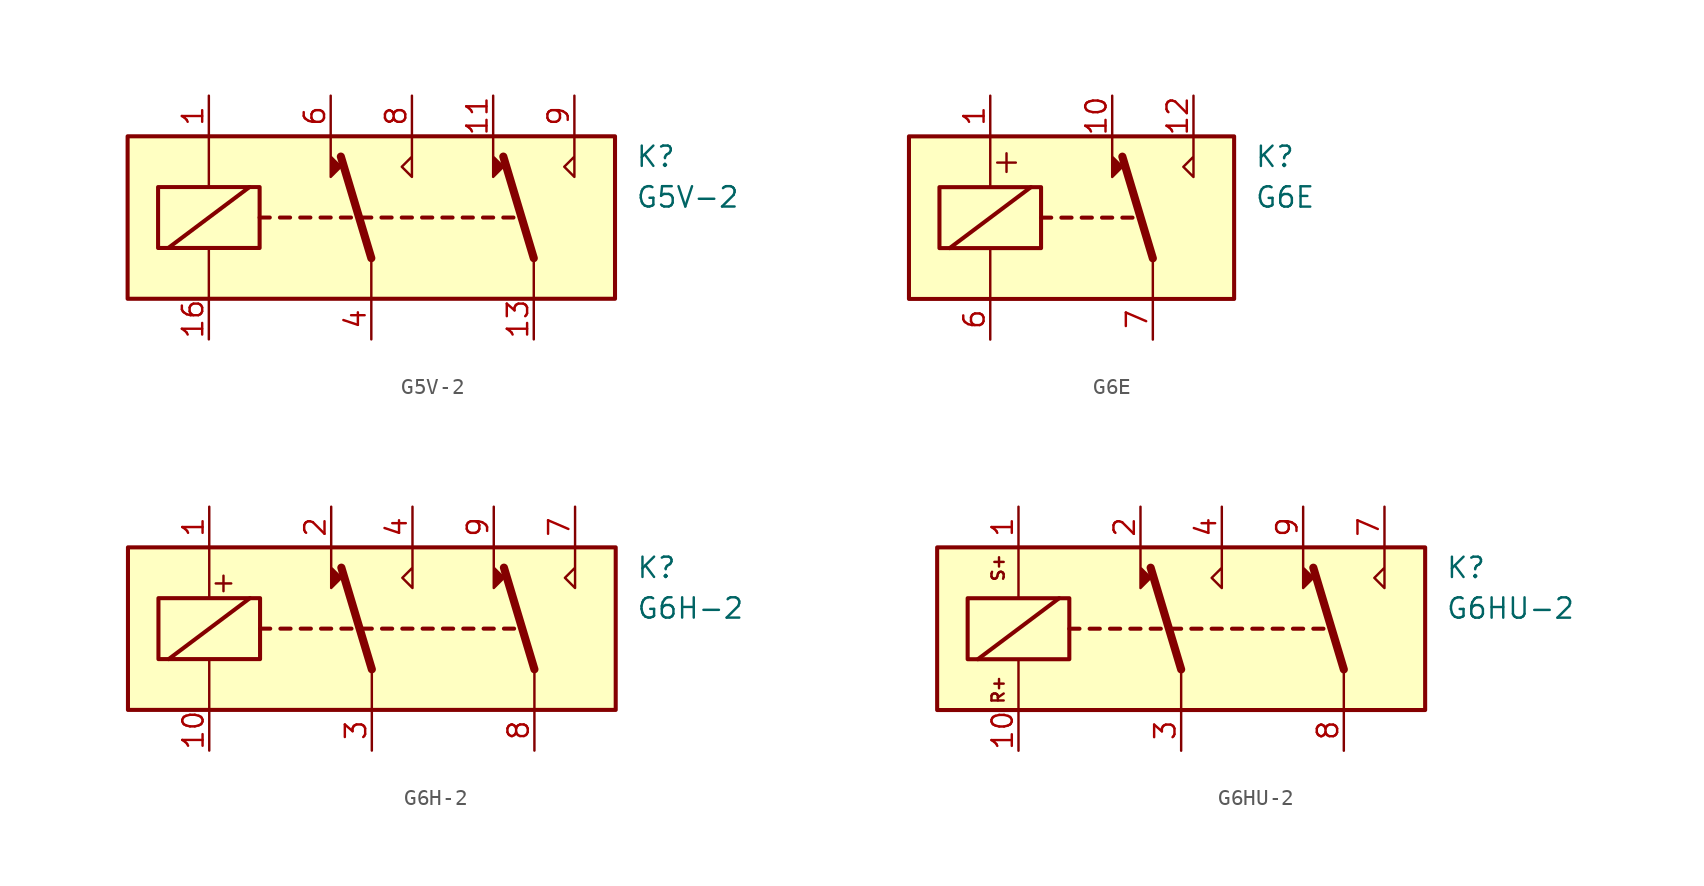
<source format=kicad_sym>
(kicad_symbol_lib
  (version 20231120)
  (generator "kicad_symbol_editor")
  (generator_version "8.0")
  (symbol "G5V-2"
    (property "Reference" "K"
      (at 16.51 3.81 0)
      (effects (font (size 1.27 1.27)) (justify left)))
    (property "Value" "G5V-2"
      (at 16.51 1.27 0)
      (effects (font (size 1.27 1.27)) (justify left)))
    (symbol "G5V-2_0_1"
      (rectangle (start -15.24 5.08) (end 15.24 -5.08) (stroke (width 0.254) (type default)) (fill (type background)))
      (rectangle (start -13.335 1.905) (end -6.985 -1.905) (stroke (width 0.254) (type default)) (fill (type none)))
      (polyline (pts (xy -12.7 -1.905) (xy -7.62 1.905)) (stroke (width 0.254) (type default)) (fill (type none)))
      (polyline (pts (xy -10.16 -5.08) (xy -10.16 -1.905)) (stroke (width 0) (type default)) (fill (type none)))
      (polyline (pts (xy -10.16 5.08) (xy -10.16 1.905)) (stroke (width 0) (type default)) (fill (type none)))
      (polyline (pts (xy -6.985 0) (xy -6.35 0)) (stroke (width 0.254) (type default)) (fill (type none)))
      (polyline (pts (xy -5.715 0) (xy -5.08 0)) (stroke (width 0.254) (type default)) (fill (type none)))
      (polyline (pts (xy -4.445 0) (xy -3.81 0)) (stroke (width 0.254) (type default)) (fill (type none)))
      (polyline (pts (xy -3.175 0) (xy -2.54 0)) (stroke (width 0.254) (type default)) (fill (type none)))
      (polyline (pts (xy -1.905 0) (xy -1.27 0)) (stroke (width 0.254) (type default)) (fill (type none)))
      (polyline (pts (xy -0.635 0) (xy 0 0)) (stroke (width 0.254) (type default)) (fill (type none)))
      (polyline (pts (xy 0 -2.54) (xy -1.905 3.81)) (stroke (width 0.508) (type default)) (fill (type none)))
      (polyline (pts (xy 0 -2.54) (xy 0 -5.08)) (stroke (width 0) (type default)) (fill (type none)))
      (polyline (pts (xy 0.635 0) (xy 1.27 0)) (stroke (width 0.254) (type default)) (fill (type none)))
      (polyline (pts (xy 1.905 0) (xy 2.54 0)) (stroke (width 0.254) (type default)) (fill (type none)))
      (polyline (pts (xy 3.175 0) (xy 3.81 0)) (stroke (width 0.254) (type default)) (fill (type none)))
      (polyline (pts (xy 4.445 0) (xy 5.08 0)) (stroke (width 0.254) (type default)) (fill (type none)))
      (polyline (pts (xy 5.715 0) (xy 6.35 0)) (stroke (width 0.254) (type default)) (fill (type none)))
      (polyline (pts (xy 6.985 0) (xy 7.62 0)) (stroke (width 0.254) (type default)) (fill (type none)))
      (polyline (pts (xy 8.255 0) (xy 8.89 0)) (stroke (width 0.254) (type default)) (fill (type none)))
      (polyline (pts (xy 10.16 -2.54) (xy 8.255 3.81)) (stroke (width 0.508) (type default)) (fill (type none)))
      (polyline (pts (xy 10.16 -2.54) (xy 10.16 -5.08)) (stroke (width 0) (type default)) (fill (type none)))
      (polyline (pts (xy -2.54 5.08) (xy -2.54 2.54) (xy -1.905 3.175) (xy -2.54 3.81)) (stroke (width 0) (type default)) (fill (type outline)))
      (polyline (pts (xy 2.54 5.08) (xy 2.54 2.54) (xy 1.905 3.175) (xy 2.54 3.81)) (stroke (width 0) (type default)) (fill (type none)))
      (polyline (pts (xy 7.62 5.08) (xy 7.62 2.54) (xy 8.255 3.175) (xy 7.62 3.81)) (stroke (width 0) (type default)) (fill (type outline)))
      (polyline (pts (xy 12.7 5.08) (xy 12.7 2.54) (xy 12.065 3.175) (xy 12.7 3.81)) (stroke (width 0) (type default)) (fill (type none))))
    (symbol "G5V-2_1_1"
      (pin passive line (at -10.16 7.62 270) (length 2.54) (name "~" (effects (font (size 1.27 1.27)))) (number "1" (effects (font (size 1.27 1.27)))))
      (pin passive line (at 7.62 7.62 270) (length 2.54) (name "~" (effects (font (size 1.27 1.27)))) (number "11" (effects (font (size 1.27 1.27)))))
      (pin passive line (at 10.16 -7.62 90) (length 2.54) (name "~" (effects (font (size 1.27 1.27)))) (number "13" (effects (font (size 1.27 1.27)))))
      (pin passive line (at -10.16 -7.62 90) (length 2.54) (name "~" (effects (font (size 1.27 1.27)))) (number "16" (effects (font (size 1.27 1.27)))))
      (pin passive line (at 0 -7.62 90) (length 2.54) (name "~" (effects (font (size 1.27 1.27)))) (number "4" (effects (font (size 1.27 1.27)))))
      (pin passive line (at -2.54 7.62 270) (length 2.54) (name "~" (effects (font (size 1.27 1.27)))) (number "6" (effects (font (size 1.27 1.27)))))
      (pin passive line (at 2.54 7.62 270) (length 2.54) (name "~" (effects (font (size 1.27 1.27)))) (number "8" (effects (font (size 1.27 1.27)))))
      (pin passive line (at 12.7 7.62 270) (length 2.54) (name "~" (effects (font (size 1.27 1.27)))) (number "9" (effects (font (size 1.27 1.27)))))))
  (symbol "G6E"
    (property "Reference" "K"
      (at 11.43 3.81 0)
      (effects (font (size 1.27 1.27)) (justify left)))
    (property "Value" "G6E"
      (at 11.43 1.27 0)
      (effects (font (size 1.27 1.27)) (justify left)))
    (symbol "G6E_0_0"
      (polyline (pts (xy 7.62 5.08) (xy 7.62 2.54) (xy 6.985 3.175) (xy 7.62 3.81)) (stroke (width 0) (type default)) (fill (type none)))
      (text "+" (at -4.064 3.556 0) (effects (font (size 1.524 1.524)))))
    (symbol "G6E_0_1"
      (rectangle (start -10.16 5.08) (end 10.16 -5.08) (stroke (width 0.254) (type default)) (fill (type background)))
      (rectangle (start -8.255 1.905) (end -1.905 -1.905) (stroke (width 0.254) (type default)) (fill (type none)))
      (polyline (pts (xy -7.62 -1.905) (xy -2.54 1.905)) (stroke (width 0.254) (type default)) (fill (type none)))
      (polyline (pts (xy -5.08 -5.08) (xy -5.08 -1.905)) (stroke (width 0) (type default)) (fill (type none)))
      (polyline (pts (xy -5.08 5.08) (xy -5.08 1.905)) (stroke (width 0) (type default)) (fill (type none)))
      (polyline (pts (xy -1.905 0) (xy -1.27 0)) (stroke (width 0.254) (type default)) (fill (type none)))
      (polyline (pts (xy -0.635 0) (xy 0 0)) (stroke (width 0.254) (type default)) (fill (type none)))
      (polyline (pts (xy 0.635 0) (xy 1.27 0)) (stroke (width 0.254) (type default)) (fill (type none)))
      (polyline (pts (xy 1.905 0) (xy 2.54 0)) (stroke (width 0.254) (type default)) (fill (type none)))
      (polyline (pts (xy 3.175 0) (xy 3.81 0)) (stroke (width 0.254) (type default)) (fill (type none)))
      (polyline (pts (xy 5.08 -2.54) (xy 3.175 3.81)) (stroke (width 0.508) (type default)) (fill (type none)))
      (polyline (pts (xy 5.08 -2.54) (xy 5.08 -5.08)) (stroke (width 0) (type default)) (fill (type none)))
      (polyline (pts (xy 2.54 5.08) (xy 2.54 2.54) (xy 3.175 3.175) (xy 2.54 3.81)) (stroke (width 0) (type default)) (fill (type outline))))
    (symbol "G6E_1_1"
      (pin passive line (at -5.08 7.62 270) (length 2.54) (name "~" (effects (font (size 1.27 1.27)))) (number "1" (effects (font (size 1.27 1.27)))))
      (pin passive line (at 2.54 7.62 270) (length 2.54) (name "~" (effects (font (size 1.27 1.27)))) (number "10" (effects (font (size 1.27 1.27)))))
      (pin passive line (at 7.62 7.62 270) (length 2.54) (name "~" (effects (font (size 1.27 1.27)))) (number "12" (effects (font (size 1.27 1.27)))))
      (pin passive line (at -5.08 -7.62 90) (length 2.54) (name "~" (effects (font (size 1.27 1.27)))) (number "6" (effects (font (size 1.27 1.27)))))
      (pin passive line (at 5.08 -7.62 90) (length 2.54) (name "~" (effects (font (size 1.27 1.27)))) (number "7" (effects (font (size 1.27 1.27)))))))
  (symbol "G6H-2"
    (property "Reference" "K"
      (at 16.51 3.81 0)
      (effects (font (size 1.27 1.27)) (justify left)))
    (property "Value" "G6H-2"
      (at 16.51 1.27 0)
      (effects (font (size 1.27 1.27)) (justify left)))
    (symbol "G6H-2_0_0"
      (text "+" (at -9.271 2.921 0) (effects (font (size 1.27 1.27)))))
    (symbol "G6H-2_0_1"
      (rectangle (start -15.24 5.08) (end 15.24 -5.08) (stroke (width 0.254) (type default)) (fill (type background)))
      (rectangle (start -13.335 1.905) (end -6.985 -1.905) (stroke (width 0.254) (type default)) (fill (type none)))
      (polyline (pts (xy -12.7 -1.905) (xy -7.62 1.905)) (stroke (width 0.254) (type default)) (fill (type none)))
      (polyline (pts (xy -10.16 -5.08) (xy -10.16 -1.905)) (stroke (width 0) (type default)) (fill (type none)))
      (polyline (pts (xy -10.16 5.08) (xy -10.16 1.905)) (stroke (width 0) (type default)) (fill (type none)))
      (polyline (pts (xy -6.985 0) (xy -6.35 0)) (stroke (width 0.254) (type default)) (fill (type none)))
      (polyline (pts (xy -5.715 0) (xy -5.08 0)) (stroke (width 0.254) (type default)) (fill (type none)))
      (polyline (pts (xy -4.445 0) (xy -3.81 0)) (stroke (width 0.254) (type default)) (fill (type none)))
      (polyline (pts (xy -3.175 0) (xy -2.54 0)) (stroke (width 0.254) (type default)) (fill (type none)))
      (polyline (pts (xy -1.905 0) (xy -1.27 0)) (stroke (width 0.254) (type default)) (fill (type none)))
      (polyline (pts (xy -0.635 0) (xy 0 0)) (stroke (width 0.254) (type default)) (fill (type none)))
      (polyline (pts (xy 0 -2.54) (xy -1.905 3.81)) (stroke (width 0.508) (type default)) (fill (type none)))
      (polyline (pts (xy 0 -2.54) (xy 0 -5.08)) (stroke (width 0) (type default)) (fill (type none)))
      (polyline (pts (xy 0.635 0) (xy 1.27 0)) (stroke (width 0.254) (type default)) (fill (type none)))
      (polyline (pts (xy 1.905 0) (xy 2.54 0)) (stroke (width 0.254) (type default)) (fill (type none)))
      (polyline (pts (xy 3.175 0) (xy 3.81 0)) (stroke (width 0.254) (type default)) (fill (type none)))
      (polyline (pts (xy 4.445 0) (xy 5.08 0)) (stroke (width 0.254) (type default)) (fill (type none)))
      (polyline (pts (xy 5.715 0) (xy 6.35 0)) (stroke (width 0.254) (type default)) (fill (type none)))
      (polyline (pts (xy 6.985 0) (xy 7.62 0)) (stroke (width 0.254) (type default)) (fill (type none)))
      (polyline (pts (xy 8.255 0) (xy 8.89 0)) (stroke (width 0.254) (type default)) (fill (type none)))
      (polyline (pts (xy 10.16 -2.54) (xy 8.255 3.81)) (stroke (width 0.508) (type default)) (fill (type none)))
      (polyline (pts (xy 10.16 -2.54) (xy 10.16 -5.08)) (stroke (width 0) (type default)) (fill (type none)))
      (polyline (pts (xy -2.54 5.08) (xy -2.54 2.54) (xy -1.905 3.175) (xy -2.54 3.81)) (stroke (width 0) (type default)) (fill (type outline)))
      (polyline (pts (xy 2.54 5.08) (xy 2.54 2.54) (xy 1.905 3.175) (xy 2.54 3.81)) (stroke (width 0) (type default)) (fill (type none)))
      (polyline (pts (xy 7.62 5.08) (xy 7.62 2.54) (xy 8.255 3.175) (xy 7.62 3.81)) (stroke (width 0) (type default)) (fill (type outline)))
      (polyline (pts (xy 12.7 5.08) (xy 12.7 2.54) (xy 12.065 3.175) (xy 12.7 3.81)) (stroke (width 0) (type default)) (fill (type none))))
    (symbol "G6H-2_1_1"
      (pin passive line (at -10.16 7.62 270) (length 2.54) (name "~" (effects (font (size 1.27 1.27)))) (number "1" (effects (font (size 1.27 1.27)))))
      (pin passive line (at -10.16 -7.62 90) (length 2.54) (name "~" (effects (font (size 1.27 1.27)))) (number "10" (effects (font (size 1.27 1.27)))))
      (pin passive line (at -2.54 7.62 270) (length 2.54) (name "~" (effects (font (size 1.27 1.27)))) (number "2" (effects (font (size 1.27 1.27)))))
      (pin passive line (at 0 -7.62 90) (length 2.54) (name "~" (effects (font (size 1.27 1.27)))) (number "3" (effects (font (size 1.27 1.27)))))
      (pin passive line (at 2.54 7.62 270) (length 2.54) (name "~" (effects (font (size 1.27 1.27)))) (number "4" (effects (font (size 1.27 1.27)))))
      (pin no_connect line (at 5.08 -5.08 90) (length 2.54) hide (name "NC" (effects (font (size 1.27 1.27)))) (number "5" (effects (font (size 1.27 1.27)))))
      (pin no_connect line (at 2.54 -5.08 90) (length 2.54) hide (name "NC" (effects (font (size 1.27 1.27)))) (number "6" (effects (font (size 1.27 1.27)))))
      (pin passive line (at 12.7 7.62 270) (length 2.54) (name "~" (effects (font (size 1.27 1.27)))) (number "7" (effects (font (size 1.27 1.27)))))
      (pin passive line (at 10.16 -7.62 90) (length 2.54) (name "~" (effects (font (size 1.27 1.27)))) (number "8" (effects (font (size 1.27 1.27)))))
      (pin passive line (at 7.62 7.62 270) (length 2.54) (name "~" (effects (font (size 1.27 1.27)))) (number "9" (effects (font (size 1.27 1.27)))))))
  (symbol "G6HU-2"
    (property "Reference" "K"
      (at 16.51 3.81 0)
      (effects (font (size 1.27 1.27)) (justify left)))
    (property "Value" "G6HU-2"
      (at 16.51 1.27 0)
      (effects (font (size 1.27 1.27)) (justify left)))
    (symbol "G6HU-2_0_0"
      (text "R+" (at -11.43 -3.81 900) (effects (font (size 0.762 0.762))))
      (text "S+" (at -11.43 3.81 900) (effects (font (size 0.762 0.762)))))
    (symbol "G6HU-2_0_1"
      (rectangle (start -15.24 5.08) (end 15.24 -5.08) (stroke (width 0.254) (type default)) (fill (type background)))
      (rectangle (start -13.335 1.905) (end -6.985 -1.905) (stroke (width 0.254) (type default)) (fill (type none)))
      (polyline (pts (xy -12.7 -1.905) (xy -7.62 1.905)) (stroke (width 0.254) (type default)) (fill (type none)))
      (polyline (pts (xy -10.16 -5.08) (xy -10.16 -1.905)) (stroke (width 0) (type default)) (fill (type none)))
      (polyline (pts (xy -10.16 5.08) (xy -10.16 1.905)) (stroke (width 0) (type default)) (fill (type none)))
      (polyline (pts (xy -6.985 0) (xy -6.35 0)) (stroke (width 0.254) (type default)) (fill (type none)))
      (polyline (pts (xy -5.715 0) (xy -5.08 0)) (stroke (width 0.254) (type default)) (fill (type none)))
      (polyline (pts (xy -4.445 0) (xy -3.81 0)) (stroke (width 0.254) (type default)) (fill (type none)))
      (polyline (pts (xy -3.175 0) (xy -2.54 0)) (stroke (width 0.254) (type default)) (fill (type none)))
      (polyline (pts (xy -1.905 0) (xy -1.27 0)) (stroke (width 0.254) (type default)) (fill (type none)))
      (polyline (pts (xy -0.635 0) (xy 0 0)) (stroke (width 0.254) (type default)) (fill (type none)))
      (polyline (pts (xy 0 -2.54) (xy -1.905 3.81)) (stroke (width 0.508) (type default)) (fill (type none)))
      (polyline (pts (xy 0 -2.54) (xy 0 -5.08)) (stroke (width 0) (type default)) (fill (type none)))
      (polyline (pts (xy 0.635 0) (xy 1.27 0)) (stroke (width 0.254) (type default)) (fill (type none)))
      (polyline (pts (xy 1.905 0) (xy 2.54 0)) (stroke (width 0.254) (type default)) (fill (type none)))
      (polyline (pts (xy 3.175 0) (xy 3.81 0)) (stroke (width 0.254) (type default)) (fill (type none)))
      (polyline (pts (xy 4.445 0) (xy 5.08 0)) (stroke (width 0.254) (type default)) (fill (type none)))
      (polyline (pts (xy 5.715 0) (xy 6.35 0)) (stroke (width 0.254) (type default)) (fill (type none)))
      (polyline (pts (xy 6.985 0) (xy 7.62 0)) (stroke (width 0.254) (type default)) (fill (type none)))
      (polyline (pts (xy 8.255 0) (xy 8.89 0)) (stroke (width 0.254) (type default)) (fill (type none)))
      (polyline (pts (xy 10.16 -2.54) (xy 8.255 3.81)) (stroke (width 0.508) (type default)) (fill (type none)))
      (polyline (pts (xy 10.16 -2.54) (xy 10.16 -5.08)) (stroke (width 0) (type default)) (fill (type none)))
      (polyline (pts (xy -2.54 5.08) (xy -2.54 2.54) (xy -1.905 3.175) (xy -2.54 3.81)) (stroke (width 0) (type default)) (fill (type outline)))
      (polyline (pts (xy 2.54 5.08) (xy 2.54 2.54) (xy 1.905 3.175) (xy 2.54 3.81)) (stroke (width 0) (type default)) (fill (type none)))
      (polyline (pts (xy 7.62 5.08) (xy 7.62 2.54) (xy 8.255 3.175) (xy 7.62 3.81)) (stroke (width 0) (type default)) (fill (type outline)))
      (polyline (pts (xy 12.7 5.08) (xy 12.7 2.54) (xy 12.065 3.175) (xy 12.7 3.81)) (stroke (width 0) (type default)) (fill (type none))))
    (symbol "G6HU-2_1_1"
      (pin passive line (at -10.16 7.62 270) (length 2.54) (name "~" (effects (font (size 1.27 1.27)))) (number "1" (effects (font (size 1.27 1.27)))))
      (pin passive line (at -10.16 -7.62 90) (length 2.54) (name "~" (effects (font (size 1.27 1.27)))) (number "10" (effects (font (size 1.27 1.27)))))
      (pin passive line (at -2.54 7.62 270) (length 2.54) (name "~" (effects (font (size 1.27 1.27)))) (number "2" (effects (font (size 1.27 1.27)))))
      (pin passive line (at 0 -7.62 90) (length 2.54) (name "~" (effects (font (size 1.27 1.27)))) (number "3" (effects (font (size 1.27 1.27)))))
      (pin passive line (at 2.54 7.62 270) (length 2.54) (name "~" (effects (font (size 1.27 1.27)))) (number "4" (effects (font (size 1.27 1.27)))))
      (pin no_connect line (at 5.08 -5.08 90) (length 2.54) hide (name "NC" (effects (font (size 1.27 1.27)))) (number "5" (effects (font (size 1.27 1.27)))))
      (pin no_connect line (at 2.54 -5.08 90) (length 2.54) hide (name "NC" (effects (font (size 1.27 1.27)))) (number "6" (effects (font (size 1.27 1.27)))))
      (pin passive line (at 12.7 7.62 270) (length 2.54) (name "~" (effects (font (size 1.27 1.27)))) (number "7" (effects (font (size 1.27 1.27)))))
      (pin passive line (at 10.16 -7.62 90) (length 2.54) (name "~" (effects (font (size 1.27 1.27)))) (number "8" (effects (font (size 1.27 1.27)))))
      (pin passive line (at 7.62 7.62 270) (length 2.54) (name "~" (effects (font (size 1.27 1.27)))) (number "9" (effects (font (size 1.27 1.27))))))))
</source>
